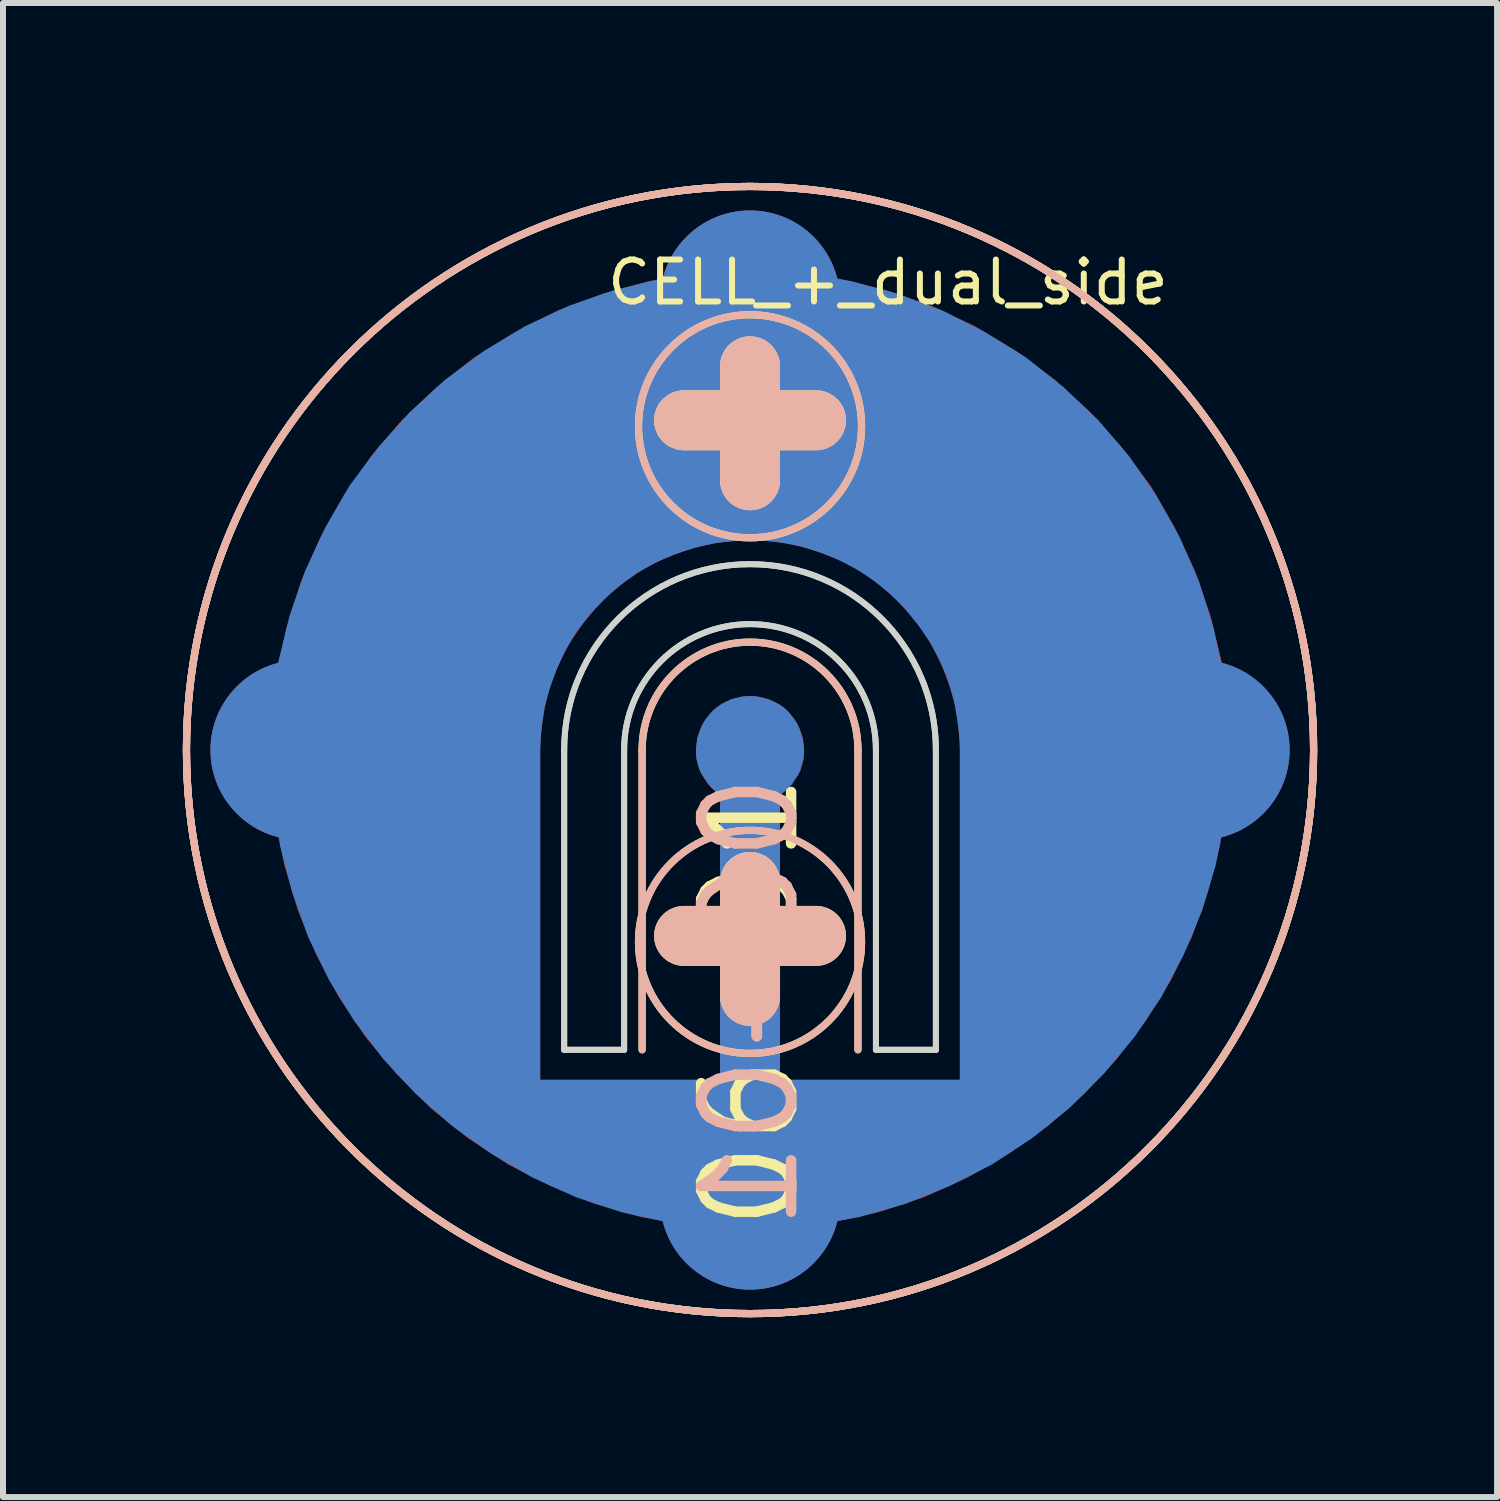
<source format=kicad_pcb>
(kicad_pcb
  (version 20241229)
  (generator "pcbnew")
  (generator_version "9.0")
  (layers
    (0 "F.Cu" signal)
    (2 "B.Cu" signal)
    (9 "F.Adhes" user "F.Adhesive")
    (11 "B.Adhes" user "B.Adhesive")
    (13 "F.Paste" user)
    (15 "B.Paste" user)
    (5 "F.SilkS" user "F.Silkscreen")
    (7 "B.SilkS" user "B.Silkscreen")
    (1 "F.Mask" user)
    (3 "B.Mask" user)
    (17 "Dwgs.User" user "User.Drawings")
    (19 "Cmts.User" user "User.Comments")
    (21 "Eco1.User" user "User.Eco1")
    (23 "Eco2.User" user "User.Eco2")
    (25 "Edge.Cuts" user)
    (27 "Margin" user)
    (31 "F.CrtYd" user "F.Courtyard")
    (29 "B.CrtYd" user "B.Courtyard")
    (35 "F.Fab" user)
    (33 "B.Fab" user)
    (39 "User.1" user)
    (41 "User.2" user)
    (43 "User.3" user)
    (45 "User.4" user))
  (footprint "CELL_+_dual_side"
    (layer "F.Cu")
    (at 9.46 9.46)
    (property "Reference" "CELL_+_dual_side" (at 2.3 -7.8 0) (layer "F.SilkS") (effects (font (size 0.7 0.7) (thickness 0.1))))
    (property "Number" "06-01" (at 0 0 0) (layer "F.Fab") (hide yes) (effects (font (size 1.27 1.27) (thickness 0.15))))
    (attr through_hole)
    (fp_line (start -1.8 0) (end -1.8 5) (stroke (width 0.12) (type solid)) (layer "F.SilkS"))
    (fp_line (start -1.1 3.1) (end 1.1 3.1) (stroke (width 1) (type solid)) (layer "F.SilkS"))
    (fp_line (start 0 -6.4) (end 0 -4.5) (stroke (width 1) (type solid)) (layer "F.SilkS"))
    (fp_line (start 0 2.2) (end 0 4.1) (stroke (width 1) (type solid)) (layer "F.SilkS"))
    (fp_line (start 1.1 -5.5) (end -1.1 -5.5) (stroke (width 1) (type solid)) (layer "F.SilkS"))
    (fp_line (start 1.8 0) (end 1.8 5) (stroke (width 0.12) (type solid)) (layer "F.SilkS"))
    (fp_arc (start -1.8 0) (mid 0 -1.8) (end 1.8 0) (stroke (width 0.12) (type solid)) (layer "F.SilkS"))
    (fp_circle (center 0 -5.4) (end -1.86 -5.4) (stroke (width 0.12) (type solid)) (fill no) (layer "F.SilkS"))
    (fp_circle (center 0 0) (end -9.4 0) (stroke (width 0.12) (type solid)) (fill no) (layer "F.SilkS"))
    (fp_circle (center 0 0) (end 9.4 0) (stroke (width 0.12) (type solid)) (fill no) (layer "F.SilkS"))
    (fp_circle (center 0 3.2) (end -1.5 2.1) (stroke (width 0.12) (type solid)) (fill no) (layer "F.SilkS"))
    (fp_line (start -1.8 0) (end -1.8 5) (stroke (width 0.12) (type solid)) (layer "B.SilkS"))
    (fp_line (start -1.1 -5.5) (end 1.1 -5.5) (stroke (width 1) (type solid)) (layer "B.SilkS"))
    (fp_line (start 0 -6.4) (end 0 -4.5) (stroke (width 1) (type solid)) (layer "B.SilkS"))
    (fp_line (start 0 2.2) (end 0 4.1) (stroke (width 1) (type solid)) (layer "B.SilkS"))
    (fp_line (start 1.1 3.1) (end -1.1 3.1) (stroke (width 1) (type solid)) (layer "B.SilkS"))
    (fp_line (start 1.8 0) (end 1.8 5) (stroke (width 0.12) (type solid)) (layer "B.SilkS"))
    (fp_arc (start -1.8 0) (mid 0 -1.8) (end 1.8 0) (stroke (width 0.12) (type solid)) (layer "B.SilkS"))
    (fp_circle (center 0 -5.4) (end 1.86 -5.4) (stroke (width 0.12) (type solid)) (fill no) (layer "B.SilkS"))
    (fp_circle (center 0 0) (end -9.4 0) (stroke (width 0.12) (type solid)) (fill no) (layer "B.SilkS"))
    (fp_circle (center 0 0) (end 9.4 0) (stroke (width 0.12) (type solid)) (fill no) (layer "B.SilkS"))
    (fp_circle (center 0 3.2) (end 1.5 2.1) (stroke (width 0.12) (type solid)) (fill no) (layer "B.SilkS"))
    (fp_line (start -3.1 0) (end -3.1 5) (stroke (width 0.1) (type solid)) (layer "Edge.Cuts"))
    (fp_line (start -3.1 5) (end -3.1 0) (stroke (width 0.1) (type solid)) (layer "Edge.Cuts"))
    (fp_line (start -3.1 5) (end -2.1 5) (stroke (width 0.1) (type solid)) (layer "Edge.Cuts"))
    (fp_line (start -2.1 0) (end -2.1 5) (stroke (width 0.1) (type solid)) (layer "Edge.Cuts"))
    (fp_line (start -2.1 5) (end -3.1 5) (stroke (width 0.1) (type solid)) (layer "Edge.Cuts"))
    (fp_line (start -2.1 5) (end -2.1 0) (stroke (width 0.1) (type solid)) (layer "Edge.Cuts"))
    (fp_line (start 2.1 0) (end 2.1 5) (stroke (width 0.1) (type solid)) (layer "Edge.Cuts"))
    (fp_line (start 2.1 5) (end 2.1 0) (stroke (width 0.1) (type solid)) (layer "Edge.Cuts"))
    (fp_line (start 2.1 5) (end 3.1 5) (stroke (width 0.1) (type solid)) (layer "Edge.Cuts"))
    (fp_line (start 3.1 0) (end 3.1 5) (stroke (width 0.1) (type solid)) (layer "Edge.Cuts"))
    (fp_line (start 3.1 5) (end 2.1 5) (stroke (width 0.1) (type solid)) (layer "Edge.Cuts"))
    (fp_line (start 3.1 5) (end 3.1 0) (stroke (width 0.1) (type solid)) (layer "Edge.Cuts"))
    (fp_arc (start -3.1 0) (mid 0 -3.1) (end 3.1 0) (stroke (width 0.1) (type solid)) (layer "Edge.Cuts"))
    (fp_arc (start -3.1 0) (mid 0 -3.1) (end 3.1 0) (stroke (width 0.1) (type solid)) (layer "Edge.Cuts"))
    (fp_arc (start -2.1 0) (mid 0 -2.1) (end 2.1 0) (stroke (width 0.1) (type solid)) (layer "Edge.Cuts"))
    (fp_arc (start -2.1 0) (mid 0 -2.1) (end 2.1 0) (stroke (width 0.1) (type solid)) (layer "Edge.Cuts"))
    (fp_text user "${Number}" (at 0 4.2 270) (layer "F.SilkS") (effects (font (size 1.5 1.5) (thickness 0.175))))
    (fp_text user "${Number}" (at 0 4.2 90) (layer "B.SilkS") (effects (font (size 1.5 1.5) (thickness 0.175)) (justify mirror)))
    (pad "" smd circle (at 0 0) (size 1.8 1.8) (layers "F.Mask"))
    (pad "" smd circle (at 0 0) (size 1.8 1.8) (layers "B.Mask"))
    (pad "" smd circle (at 0 0) (size 4 4) (layers "F.Paste"))
    (pad "" smd circle (at 0 0) (size 4 4) (layers "B.Paste"))
    (pad "1" smd circle (at -7.5 0) (size 3 3) (layers "F.Cu"))
    (pad "1" smd circle (at -7.5 0) (size 3 3) (layers "B.Cu"))
    (pad "1" smd circle (at 0 -7.5) (size 3 3) (layers "F.Cu"))
    (pad "1" smd circle (at 0 -7.5) (size 3 3) (layers "B.Cu"))
    (pad "1" smd custom (at 0 0) (size 1 1) (layers "F.Cu") (options (anchor circle)) (primitives (gr_poly (pts (xy -6.41 4.79) (xy -6.86 4.12) (xy -7.23 3.42) (xy -7.54 2.68) (xy -7.77 1.91) (xy -7.92 1.13) (xy -7.99 0.33) (xy -7.99 -0.47) (xy -7.9 -1.26) (xy -7.73 -2.04) (xy -7.49 -2.81) (xy -7.17 -3.54) (xy -6.78 -4.24) (xy -6.33 -4.89) (xy -5.81 -5.5) (xy -5.23 -6.05) (xy -4.6 -6.55) (xy -3.92 -6.97) (xy -3.21 -7.33) (xy -2.46 -7.61) (xy -1.69 -7.82) (xy -0.9 -7.95) (xy -0.1 -8) (xy 0.7 -7.97) (xy 1.49 -7.86) (xy 2.27 -7.67) (xy 3.02 -7.41) (xy 3.75 -7.07) (xy 4.43 -6.66) (xy 5.08 -6.18) (xy 5.67 -5.64) (xy 6.2 -5.05) (xy 6.68 -4.41) (xy 7.08 -3.72) (xy 7.42 -2.99) (xy 7.68 -2.24) (xy 7.87 -1.46) (xy 7.97 -0.66) (xy 7.995 0) (xy 8 0) (xy 7.997 0.056) (xy 8 0.13) (xy 7.994 0.13) (xy 7.96 0.8) (xy 7.84 1.59) (xy 7.64 2.36) (xy 7.37 3.12) (xy 7.02 3.84) (xy 6.6 4.52) (xy 6.12 5.15) (xy 5.57 5.74) (xy 4.97 6.27) (xy 4.32 6.73) (xy 3.63 7.13) (xy 2.9 7.46) (xy 2.14 7.71) (xy 1.36 7.88) (xy 0.57 7.98) (xy -0.23 8) (xy -1.03 7.93) (xy -1.82 7.79) (xy -2.59 7.57) (xy -3.33 7.27) (xy -4.04 6.91) (xy -4.71 6.47) (xy -5.33 5.97) (xy -5.8 5.5) (xy -3.5 5.5) (xy -0.5 5.5) (xy -0.5 0.75) (xy -0.64 0.63) (xy -0.7 0.57) (xy -0.75 0.49) (xy -0.8 0.42) (xy -0.84 0.34) (xy -0.86 0.25) (xy -0.89 0.16) (xy -0.9 0.07) (xy -0.9 -0.02) (xy -0.89 -0.11) (xy -0.88 -0.19) (xy -0.82 -0.37) (xy -0.78 -0.45) (xy -0.68 -0.59) (xy -0.62 -0.66) (xy -0.55 -0.72) (xy -0.47 -0.77) (xy -0.39 -0.81) (xy -0.31 -0.84) (xy -0.22 -0.87) (xy -0.14 -0.89) (xy -0.05 -0.9) (xy 0.04 -0.9) (xy 0.13 -0.89) (xy 0.31 -0.85) (xy 0.47 -0.77) (xy 0.54 -0.72) (xy 0.61 -0.66) (xy 0.67 -0.6) (xy 0.73 -0.53) (xy 0.78 -0.45) (xy 0.82 -0.37) (xy 0.85 -0.29) (xy 0.88 -0.2) (xy 0.9 -0.02) (xy 0.9 0.07) (xy 0.89 0.16) (xy 0.87 0.25) (xy 0.84 0.33) (xy 0.8 0.41) (xy 0.75 0.49) (xy 0.7 0.56) (xy 0.64 0.63) (xy 0.58 0.69) (xy 0.5 0.75) (xy 0.5 5.5) (xy 3.5 5.5) (xy 3.5 0) (xy 3.48 -0.35) (xy 3.43 -0.7) (xy 3.34 -1.03) (xy 3.22 -1.36) (xy 3.07 -1.68) (xy 2.89 -1.98) (xy 2.68 -2.25) (xy 2.44 -2.51) (xy 2.18 -2.74) (xy 1.89 -2.95) (xy 1.59 -3.12) (xy 1.27 -3.26) (xy 0.94 -3.37) (xy 0.59 -3.45) (xy 0.25 -3.49) (xy -0.1 -3.5) (xy -0.45 -3.47) (xy -0.8 -3.41) (xy -1.13 -3.31) (xy -1.46 -3.18) (xy -1.77 -3.02) (xy -2.06 -2.83) (xy -2.33 -2.61) (xy -2.58 -2.36) (xy -2.8 -2.09) (xy -3 -1.8) (xy -3.16 -1.5) (xy -3.3 -1.17) (xy -3.4 -0.84) (xy -3.46 -0.49) (xy -3.5 -0.15) (xy -3.5 5.5) (xy -5.8 5.5) (xy -5.9 5.4)) (width 0) (fill yes))))
    (pad "1" smd custom (at 0 0) (size 1 1) (layers "B.Cu") (options (anchor circle)) (primitives (gr_poly (pts (xy 6.41 4.79) (xy 6.86 4.12) (xy 7.23 3.42) (xy 7.54 2.68) (xy 7.77 1.91) (xy 7.92 1.13) (xy 7.99 0.33) (xy 7.99 -0.47) (xy 7.9 -1.26) (xy 7.73 -2.04) (xy 7.49 -2.81) (xy 7.17 -3.54) (xy 6.78 -4.24) (xy 6.33 -4.89) (xy 5.81 -5.5) (xy 5.23 -6.05) (xy 4.6 -6.55) (xy 3.92 -6.97) (xy 3.21 -7.33) (xy 2.46 -7.61) (xy 1.69 -7.82) (xy 0.9 -7.95) (xy 0.1 -8) (xy -0.7 -7.97) (xy -1.49 -7.86) (xy -2.27 -7.67) (xy -3.02 -7.41) (xy -3.75 -7.07) (xy -4.43 -6.66) (xy -5.08 -6.18) (xy -5.67 -5.64) (xy -6.2 -5.05) (xy -6.68 -4.41) (xy -7.08 -3.72) (xy -7.42 -2.99) (xy -7.68 -2.24) (xy -7.87 -1.46) (xy -7.97 -0.66) (xy -7.995 0) (xy -8 0) (xy -7.997 0.056) (xy -8 0.13) (xy -7.994 0.13) (xy -7.96 0.8) (xy -7.84 1.59) (xy -7.64 2.36) (xy -7.37 3.12) (xy -7.02 3.84) (xy -6.6 4.52) (xy -6.12 5.15) (xy -5.57 5.74) (xy -4.97 6.27) (xy -4.32 6.73) (xy -3.63 7.13) (xy -2.9 7.46) (xy -2.14 7.71) (xy -1.36 7.88) (xy -0.57 7.98) (xy 0.23 8) (xy 1.03 7.93) (xy 1.82 7.79) (xy 2.59 7.57) (xy 3.33 7.27) (xy 4.04 6.91) (xy 4.71 6.47) (xy 5.33 5.97) (xy 5.8 5.5) (xy 3.5 5.5) (xy 0.5 5.5) (xy 0.5 0.75) (xy 0.64 0.63) (xy 0.7 0.57) (xy 0.75 0.49) (xy 0.8 0.42) (xy 0.84 0.34) (xy 0.86 0.25) (xy 0.89 0.16) (xy 0.9 0.07) (xy 0.9 -0.02) (xy 0.89 -0.11) (xy 0.88 -0.19) (xy 0.82 -0.37) (xy 0.78 -0.45) (xy 0.68 -0.59) (xy 0.62 -0.66) (xy 0.55 -0.72) (xy 0.47 -0.77) (xy 0.39 -0.81) (xy 0.31 -0.84) (xy 0.22 -0.87) (xy 0.14 -0.89) (xy 0.05 -0.9) (xy -0.04 -0.9) (xy -0.13 -0.89) (xy -0.31 -0.85) (xy -0.47 -0.77) (xy -0.54 -0.72) (xy -0.61 -0.66) (xy -0.67 -0.6) (xy -0.73 -0.53) (xy -0.78 -0.45) (xy -0.82 -0.37) (xy -0.85 -0.29) (xy -0.88 -0.2) (xy -0.9 -0.02) (xy -0.9 0.07) (xy -0.89 0.16) (xy -0.87 0.25) (xy -0.84 0.33) (xy -0.8 0.41) (xy -0.75 0.49) (xy -0.7 0.56) (xy -0.64 0.63) (xy -0.58 0.69) (xy -0.5 0.75) (xy -0.5 5.5) (xy -3.5 5.5) (xy -3.5 0) (xy -3.48 -0.35) (xy -3.43 -0.7) (xy -3.34 -1.03) (xy -3.22 -1.36) (xy -3.07 -1.68) (xy -2.89 -1.98) (xy -2.68 -2.25) (xy -2.44 -2.51) (xy -2.18 -2.74) (xy -1.89 -2.95) (xy -1.59 -3.12) (xy -1.27 -3.26) (xy -0.94 -3.37) (xy -0.59 -3.45) (xy -0.25 -3.49) (xy 0.1 -3.5) (xy 0.45 -3.47) (xy 0.8 -3.41) (xy 1.13 -3.31) (xy 1.46 -3.18) (xy 1.77 -3.02) (xy 2.06 -2.83) (xy 2.33 -2.61) (xy 2.58 -2.36) (xy 2.8 -2.09) (xy 3 -1.8) (xy 3.16 -1.5) (xy 3.3 -1.17) (xy 3.4 -0.84) (xy 3.46 -0.49) (xy 3.5 -0.15) (xy 3.5 5.5) (xy 5.8 5.5) (xy 5.9 5.4)) (width 0) (fill yes))))
    (pad "1" smd circle (at 0 7.5) (size 3 3) (layers "F.Cu"))
    (pad "1" smd circle (at 0 7.5) (size 3 3) (layers "B.Cu"))
    (pad "1" smd circle (at 7.5 0) (size 3 3) (layers "F.Cu"))
    (pad "1" smd circle (at 7.5 0) (size 3 3) (layers "B.Cu"))
    (zone (net_name "") (layers "F.Cu" "B.Cu") (hatch edge 0.508) (connect_pads) (min_thickness 0.254) (filled_areas_thickness no) (keepout (tracks not_allowed) (vias not_allowed) (pads allowed) (copperpour not_allowed) (footprints allowed)) (placement (enabled no)) (fill) (polygon (pts (xy 7.36 9.26) (xy 7.46 8.66) (xy 7.76 8.16) (xy 8.26 7.66) (xy 8.66 7.46) (xy 9.36 7.36) (xy 9.42 8.56) (xy 9.24 8.59) (xy 9.07 8.65) (xy 8.92 8.74) (xy 8.79 8.86) (xy 8.705 8.97) (xy 8.64 9.09) (xy 8.58 9.26) (xy 8.56 9.44) (xy 8.565 9.575) (xy 8.59 9.71) (xy 8.64 9.83) (xy 8.71 9.95) (xy 8.82 10.09) (xy 8.96 10.21) (xy 9.96 10.21) (xy 10.1 10.09) (xy 10.21 9.95) (xy 10.3 9.8) (xy 10.355 9.575) (xy 10.35 9.35) (xy 10.31 9.18) (xy 10.24 9.01) (xy 10.14 8.87) (xy 10.01 8.74) (xy 9.85 8.65) (xy 9.68 8.59) (xy 9.51 8.56) (xy 9.56 7.36) (xy 9.86 7.36) (xy 10.26 7.46) (xy 10.76 7.76) (xy 11.16 8.16) (xy 11.36 8.56) (xy 11.56 9.06) (xy 11.56 9.46) (xy 11.56 9.96) (xy 11.56 14.96) (xy 7.36 14.96) (xy 7.36 9.96))))
    (zone (net_name "") (layers "F.Cu" "B.Cu") (hatch edge 0.508) (connect_pads) (min_thickness 0.254) (filled_areas_thickness no) (keepout (tracks not_allowed) (vias not_allowed) (pads allowed) (copperpour not_allowed) (footprints allowed)) (placement (enabled no)) (fill) (polygon (pts (xy 11.56 9.26) (xy 11.46 8.66) (xy 11.16 8.16) (xy 10.66 7.66) (xy 10.26 7.46) (xy 9.56 7.36) (xy 9.5 8.56) (xy 9.68 8.59) (xy 9.85 8.65) (xy 10 8.74) (xy 10.13 8.86) (xy 10.215 8.97) (xy 10.28 9.09) (xy 10.34 9.26) (xy 10.36 9.44) (xy 10.355 9.575) (xy 10.33 9.71) (xy 10.28 9.83) (xy 10.21 9.95) (xy 10.1 10.09) (xy 9.96 10.21) (xy 8.96 10.21) (xy 8.82 10.09) (xy 8.71 9.95) (xy 8.62 9.8) (xy 8.565 9.575) (xy 8.57 9.35) (xy 8.61 9.18) (xy 8.68 9.01) (xy 8.78 8.87) (xy 8.91 8.74) (xy 9.07 8.65) (xy 9.24 8.59) (xy 9.41 8.56) (xy 9.36 7.36) (xy 9.06 7.36) (xy 8.66 7.46) (xy 8.16 7.76) (xy 7.76 8.16) (xy 7.56 8.56) (xy 7.36 9.06) (xy 7.36 9.46) (xy 7.36 9.96) (xy 7.36 14.96) (xy 11.56 14.96) (xy 11.56 9.96)))))
  (gr_rect
    (start -3 -3)
    (end 21.92 21.92)
    (stroke (width 0.1) (type default))
    (fill no)
    (layer "Edge.Cuts")))
</source>
